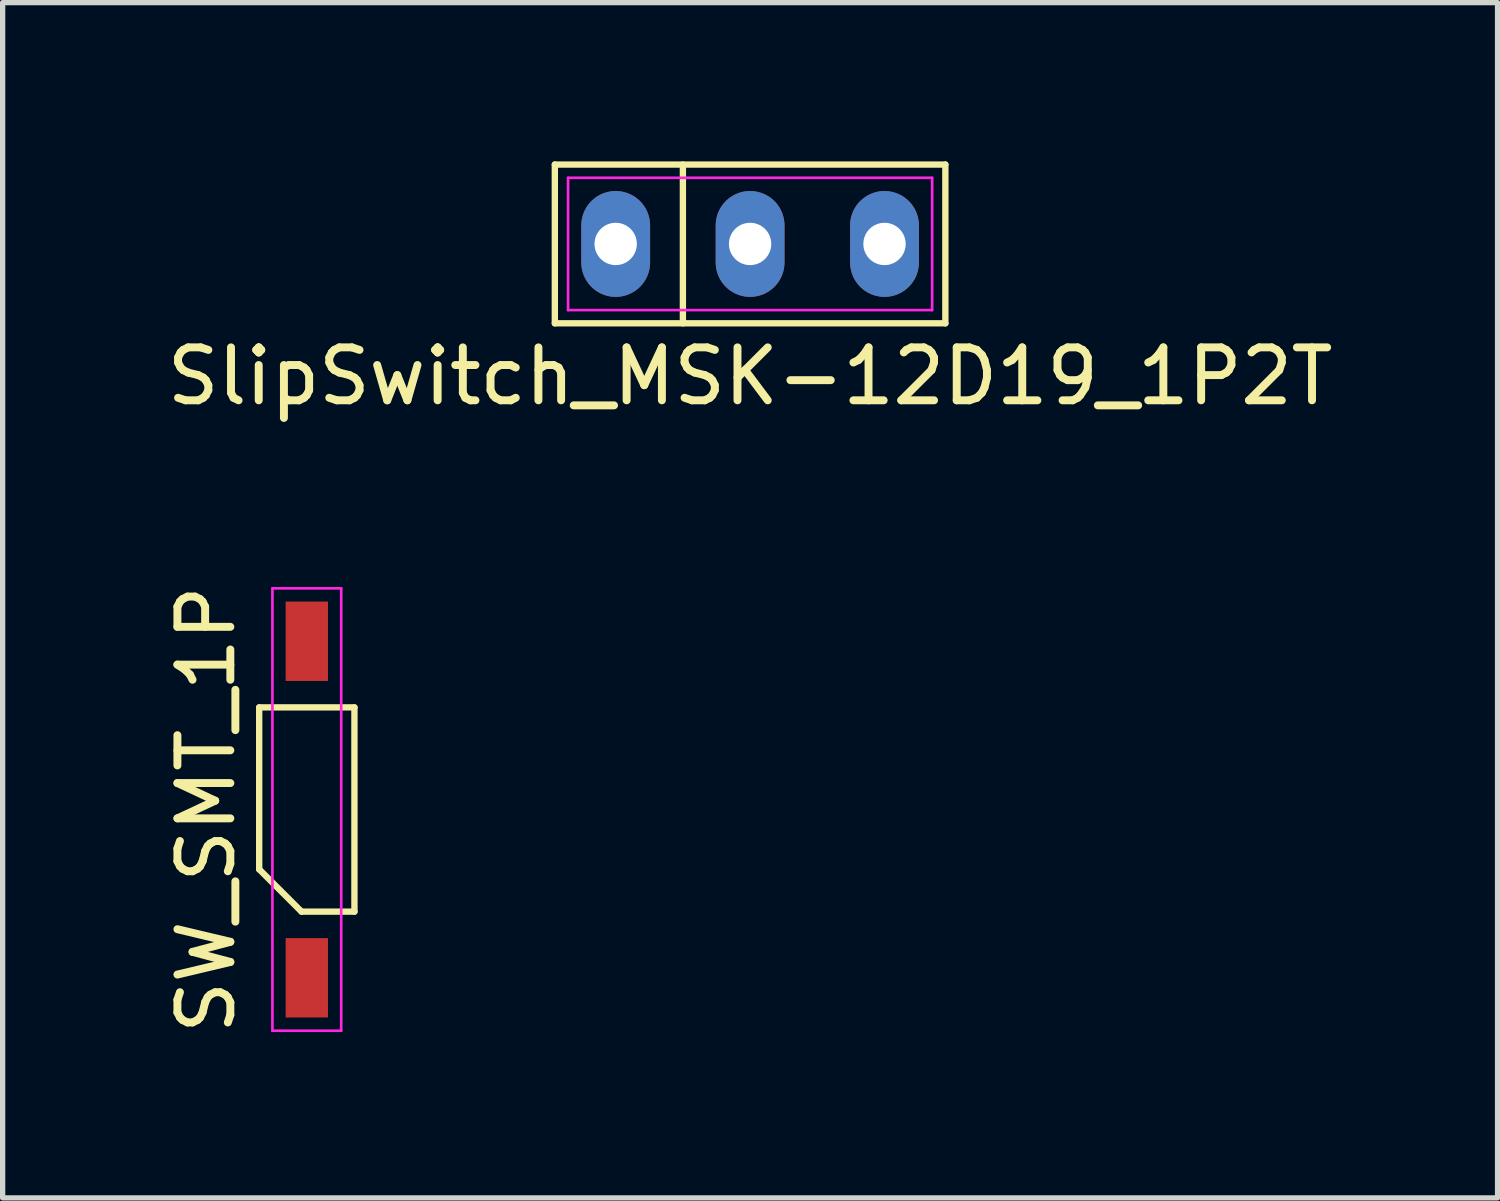
<source format=kicad_pcb>
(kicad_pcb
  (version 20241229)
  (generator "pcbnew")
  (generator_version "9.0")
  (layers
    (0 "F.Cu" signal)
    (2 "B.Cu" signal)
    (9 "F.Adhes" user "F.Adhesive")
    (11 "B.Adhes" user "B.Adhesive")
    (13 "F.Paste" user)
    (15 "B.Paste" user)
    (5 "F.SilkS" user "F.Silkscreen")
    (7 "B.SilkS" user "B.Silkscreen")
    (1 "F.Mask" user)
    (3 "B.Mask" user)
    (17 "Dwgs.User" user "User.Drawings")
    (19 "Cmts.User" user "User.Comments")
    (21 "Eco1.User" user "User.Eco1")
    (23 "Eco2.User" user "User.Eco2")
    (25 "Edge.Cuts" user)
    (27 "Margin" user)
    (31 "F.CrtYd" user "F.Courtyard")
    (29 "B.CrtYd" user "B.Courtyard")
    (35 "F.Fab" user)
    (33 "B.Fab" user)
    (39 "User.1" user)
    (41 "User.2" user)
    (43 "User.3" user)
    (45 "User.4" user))
  (footprint "SlipSwitch_MSK-12D19_1P2T"
    (layer "F.Cu")
    (at 11.125 1.56)
    (property "Reference" "SlipSwitch_MSK-12D19_1P2T" (at 0 2.5 0) (layer "F.SilkS") (effects (font (size 1 1) (thickness 0.15))))
    (attr through_hole)
    (fp_line (start -3.69 -1.5) (end 3.69 -1.5) (stroke (width 0.12) (type solid)) (layer "F.SilkS"))
    (fp_line (start -3.69 1.5) (end -3.69 -1.5) (stroke (width 0.12) (type solid)) (layer "F.SilkS"))
    (fp_line (start -1.27 -1.5) (end -1.27 1.5) (stroke (width 0.12) (type solid)) (layer "F.SilkS"))
    (fp_line (start 3.69 -1.5) (end 3.69 1.5) (stroke (width 0.12) (type solid)) (layer "F.SilkS"))
    (fp_line (start 3.69 1.5) (end -3.69 1.5) (stroke (width 0.12) (type solid)) (layer "F.SilkS"))
    (fp_line (start -3.44 -1.25) (end 3.44 -1.25) (stroke (width 0.05) (type solid)) (layer "F.CrtYd"))
    (fp_line (start -3.44 1.25) (end -3.44 -1.25) (stroke (width 0.05) (type solid)) (layer "F.CrtYd"))
    (fp_line (start 3.44 -1.25) (end 3.44 1.25) (stroke (width 0.05) (type solid)) (layer "F.CrtYd"))
    (fp_line (start 3.44 1.25) (end -3.44 1.25) (stroke (width 0.05) (type solid)) (layer "F.CrtYd"))
    (pad "1" thru_hole oval (at -2.54 0) (size 1.3 2) (drill 0.8) (layers "*.Cu" "*.Mask"))
    (pad "2" thru_hole oval (at 0 0) (size 1.3 2) (drill 0.8) (layers "*.Cu" "*.Mask"))
    (pad "3" thru_hole oval (at 2.54 0) (size 1.3 2) (drill 0.8) (layers "*.Cu" "*.Mask")))
  (footprint "SW_SMT_1P"
    (layer "F.Cu")
    (at 2.748 12.248)
    (property "Reference" "SW_SMT_1P" (at -1.9 0 90) (layer "F.SilkS") (effects (font (size 1 1) (thickness 0.15))))
    (attr smd)
    (fp_line (start -0.9 -1.93) (end 0.9 -1.93) (stroke (width 0.12) (type solid)) (layer "F.SilkS"))
    (fp_line (start -0.9 1.13) (end -0.9 -1.93) (stroke (width 0.12) (type solid)) (layer "F.SilkS"))
    (fp_line (start -0.1 1.93) (end -0.9 1.13) (stroke (width 0.12) (type solid)) (layer "F.SilkS"))
    (fp_line (start 0.9 -1.93) (end 0.9 1.93) (stroke (width 0.12) (type solid)) (layer "F.SilkS"))
    (fp_line (start 0.9 1.93) (end -0.1 1.93) (stroke (width 0.12) (type solid)) (layer "F.SilkS"))
    (fp_line (start -0.65 -4.18) (end 0.65 -4.18) (stroke (width 0.05) (type solid)) (layer "F.CrtYd"))
    (fp_line (start -0.65 4.18) (end -0.65 -4.18) (stroke (width 0.05) (type solid)) (layer "F.CrtYd"))
    (fp_line (start 0.65 -4.18) (end 0.65 4.18) (stroke (width 0.05) (type solid)) (layer "F.CrtYd"))
    (fp_line (start 0.65 4.18) (end -0.65 4.18) (stroke (width 0.05) (type solid)) (layer "F.CrtYd"))
    (pad "1" smd rect (at 0 3.18) (size 0.8 1.5) (layers "F.Cu" "F.Mask" "F.Paste"))
    (pad "2" smd rect (at 0 -3.18) (size 0.8 1.5) (layers "F.Cu" "F.Mask" "F.Paste")))
  (gr_rect
    (start -3 -3)
    (end 25.25 19.587)
    (stroke (width 0.1) (type default))
    (fill no)
    (layer "Edge.Cuts")))
</source>
